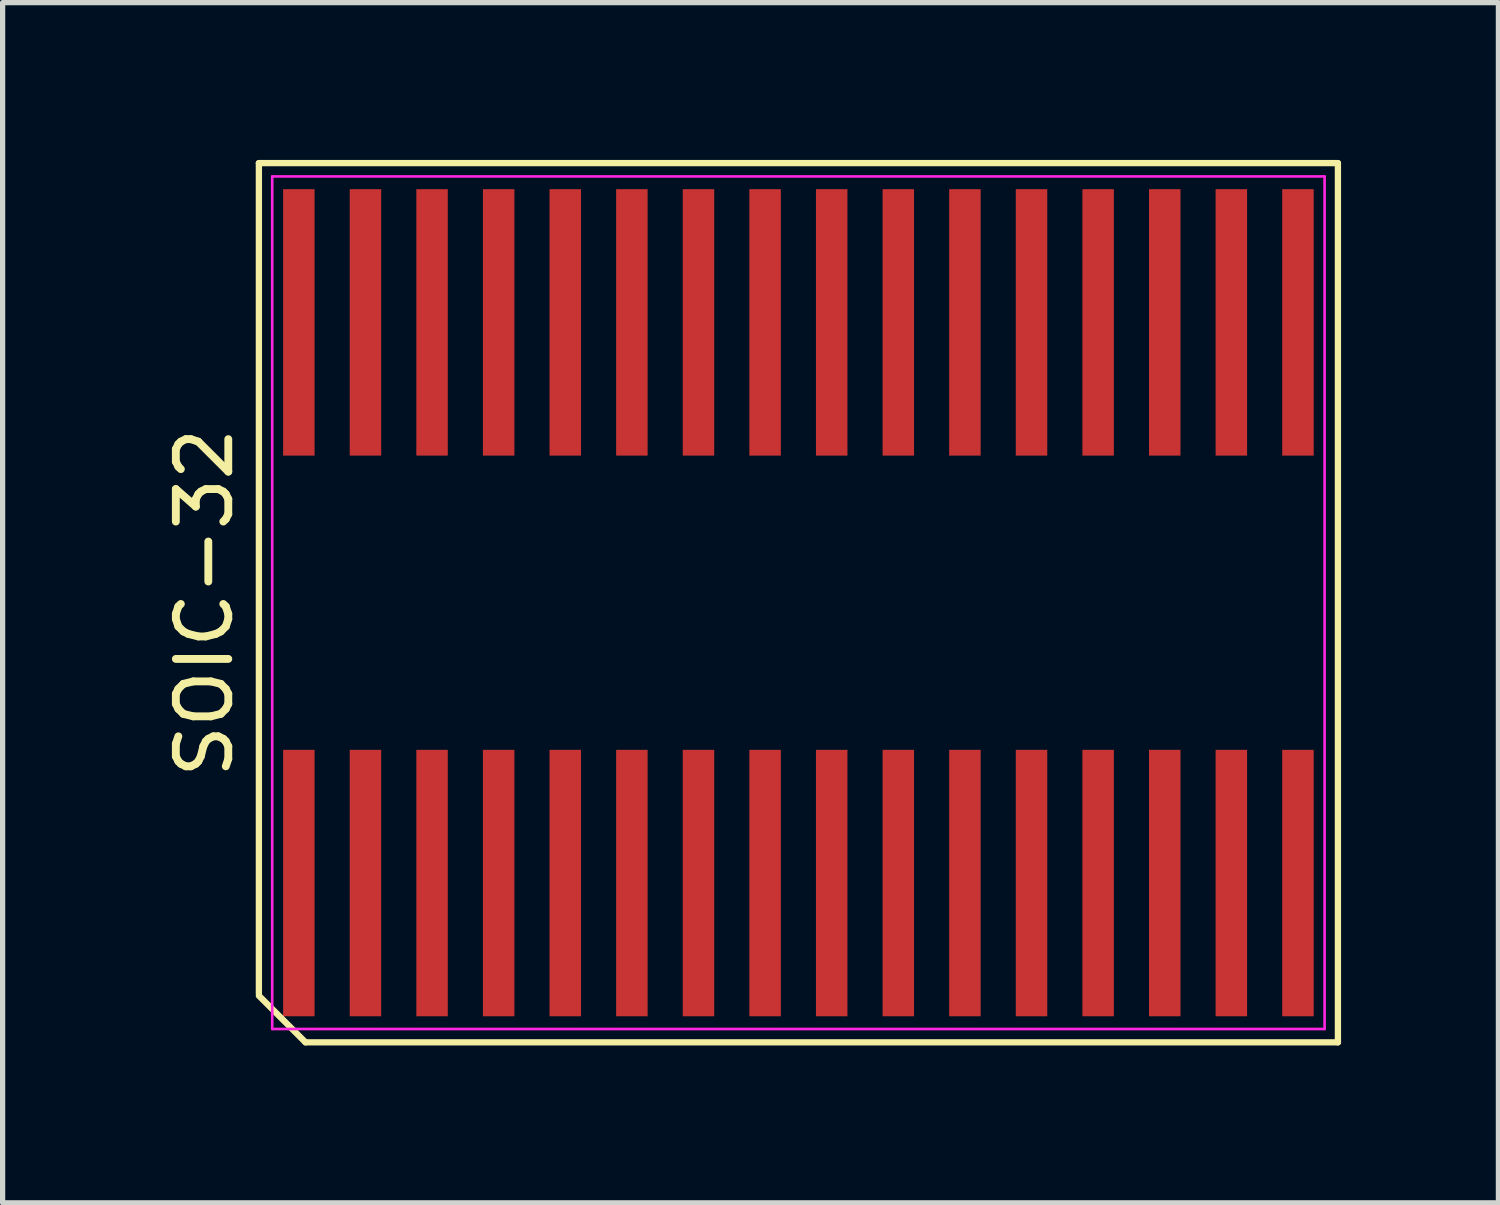
<source format=kicad_pcb>
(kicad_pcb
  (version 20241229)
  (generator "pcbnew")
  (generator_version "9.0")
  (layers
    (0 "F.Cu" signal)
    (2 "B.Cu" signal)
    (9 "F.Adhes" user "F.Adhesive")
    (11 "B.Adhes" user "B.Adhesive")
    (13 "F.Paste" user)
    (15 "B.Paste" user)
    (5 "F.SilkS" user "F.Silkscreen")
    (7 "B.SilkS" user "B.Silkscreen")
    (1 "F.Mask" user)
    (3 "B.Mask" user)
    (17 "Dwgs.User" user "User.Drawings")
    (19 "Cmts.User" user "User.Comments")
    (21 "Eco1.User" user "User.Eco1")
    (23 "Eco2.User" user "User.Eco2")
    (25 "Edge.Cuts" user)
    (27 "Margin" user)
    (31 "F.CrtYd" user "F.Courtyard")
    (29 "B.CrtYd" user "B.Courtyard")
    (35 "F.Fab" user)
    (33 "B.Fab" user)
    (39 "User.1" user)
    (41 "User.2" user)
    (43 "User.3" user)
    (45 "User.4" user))
  (footprint "SOIC-32"
    (layer "F.Cu")
    (at 12.173 8.442)
    (property "Reference" "SOIC-32" (at -11.325 0 90) (layer "F.SilkS") (effects (font (size 1 1) (thickness 0.15))))
    (attr smd)
    (fp_line (start -10.287 -8.382) (end 10.287 -8.382) (stroke (width 0.12) (type solid)) (layer "F.SilkS"))
    (fp_line (start -10.287 7.455) (end -10.287 -8.382) (stroke (width 0.12) (type solid)) (layer "F.SilkS"))
    (fp_line (start -9.398 8.382) (end -10.287 7.493) (stroke (width 0.12) (type solid)) (layer "F.SilkS"))
    (fp_line (start 10.287 -8.382) (end 10.287 8.382) (stroke (width 0.12) (type solid)) (layer "F.SilkS"))
    (fp_line (start 10.287 8.382) (end -9.398 8.382) (stroke (width 0.12) (type solid)) (layer "F.SilkS"))
    (fp_line (start -10.033 -8.128) (end 10.033 -8.128) (stroke (width 0.05) (type solid)) (layer "F.CrtYd"))
    (fp_line (start -10.033 8.128) (end -10.033 -8.128) (stroke (width 0.05) (type solid)) (layer "F.CrtYd"))
    (fp_line (start 10.033 -8.128) (end 10.033 8.128) (stroke (width 0.05) (type solid)) (layer "F.CrtYd"))
    (fp_line (start 10.033 8.128) (end -10.033 8.128) (stroke (width 0.05) (type solid)) (layer "F.CrtYd"))
    (pad "1" smd rect (at -9.525 5.345) (size 0.6 5.08) (layers "F.Cu" "F.Mask" "F.Paste"))
    (pad "2" smd rect (at -8.255 5.345) (size 0.6 5.08) (layers "F.Cu" "F.Mask" "F.Paste"))
    (pad "3" smd rect (at -6.985 5.345) (size 0.6 5.08) (layers "F.Cu" "F.Mask" "F.Paste"))
    (pad "4" smd rect (at -5.715 5.345) (size 0.6 5.08) (layers "F.Cu" "F.Mask" "F.Paste"))
    (pad "5" smd rect (at -4.445 5.345) (size 0.6 5.08) (layers "F.Cu" "F.Mask" "F.Paste"))
    (pad "6" smd rect (at -3.175 5.345) (size 0.6 5.08) (layers "F.Cu" "F.Mask" "F.Paste"))
    (pad "7" smd rect (at -1.905 5.345) (size 0.6 5.08) (layers "F.Cu" "F.Mask" "F.Paste"))
    (pad "8" smd rect (at -0.635 5.345) (size 0.6 5.08) (layers "F.Cu" "F.Mask" "F.Paste"))
    (pad "9" smd rect (at 0.635 5.345) (size 0.6 5.08) (layers "F.Cu" "F.Mask" "F.Paste"))
    (pad "10" smd rect (at 1.905 5.345) (size 0.6 5.08) (layers "F.Cu" "F.Mask" "F.Paste"))
    (pad "11" smd rect (at 3.175 5.345) (size 0.6 5.08) (layers "F.Cu" "F.Mask" "F.Paste"))
    (pad "12" smd rect (at 4.445 5.345) (size 0.6 5.08) (layers "F.Cu" "F.Mask" "F.Paste"))
    (pad "13" smd rect (at 5.715 5.345) (size 0.6 5.08) (layers "F.Cu" "F.Mask" "F.Paste"))
    (pad "14" smd rect (at 6.985 5.345) (size 0.6 5.08) (layers "F.Cu" "F.Mask" "F.Paste"))
    (pad "15" smd rect (at 8.255 5.345) (size 0.6 5.08) (layers "F.Cu" "F.Mask" "F.Paste"))
    (pad "16" smd rect (at 9.525 5.345) (size 0.6 5.08) (layers "F.Cu" "F.Mask" "F.Paste"))
    (pad "17" smd rect (at 9.525 -5.345) (size 0.6 5.08) (layers "F.Cu" "F.Mask" "F.Paste"))
    (pad "18" smd rect (at 8.255 -5.345) (size 0.6 5.08) (layers "F.Cu" "F.Mask" "F.Paste"))
    (pad "19" smd rect (at 6.985 -5.345) (size 0.6 5.08) (layers "F.Cu" "F.Mask" "F.Paste"))
    (pad "20" smd rect (at 5.715 -5.345) (size 0.6 5.08) (layers "F.Cu" "F.Mask" "F.Paste"))
    (pad "21" smd rect (at 4.445 -5.345) (size 0.6 5.08) (layers "F.Cu" "F.Mask" "F.Paste"))
    (pad "22" smd rect (at 3.175 -5.345) (size 0.6 5.08) (layers "F.Cu" "F.Mask" "F.Paste"))
    (pad "23" smd rect (at 1.905 -5.345) (size 0.6 5.08) (layers "F.Cu" "F.Mask" "F.Paste"))
    (pad "24" smd rect (at 0.635 -5.345) (size 0.6 5.08) (layers "F.Cu" "F.Mask" "F.Paste"))
    (pad "25" smd rect (at -0.635 -5.345) (size 0.6 5.08) (layers "F.Cu" "F.Mask" "F.Paste"))
    (pad "26" smd rect (at -1.905 -5.345) (size 0.6 5.08) (layers "F.Cu" "F.Mask" "F.Paste"))
    (pad "27" smd rect (at -3.175 -5.345) (size 0.6 5.08) (layers "F.Cu" "F.Mask" "F.Paste"))
    (pad "28" smd rect (at -4.445 -5.345) (size 0.6 5.08) (layers "F.Cu" "F.Mask" "F.Paste"))
    (pad "29" smd rect (at -5.715 -5.345) (size 0.6 5.08) (layers "F.Cu" "F.Mask" "F.Paste"))
    (pad "30" smd rect (at -6.985 -5.345) (size 0.6 5.08) (layers "F.Cu" "F.Mask" "F.Paste"))
    (pad "31" smd rect (at -8.255 -5.345) (size 0.6 5.08) (layers "F.Cu" "F.Mask" "F.Paste"))
    (pad "32" smd rect (at -9.525 -5.345) (size 0.6 5.08) (layers "F.Cu" "F.Mask" "F.Paste")))
  (gr_rect
    (start -3 -3)
    (end 25.52 19.884)
    (stroke (width 0.1) (type default))
    (fill no)
    (layer "Edge.Cuts")))
</source>
